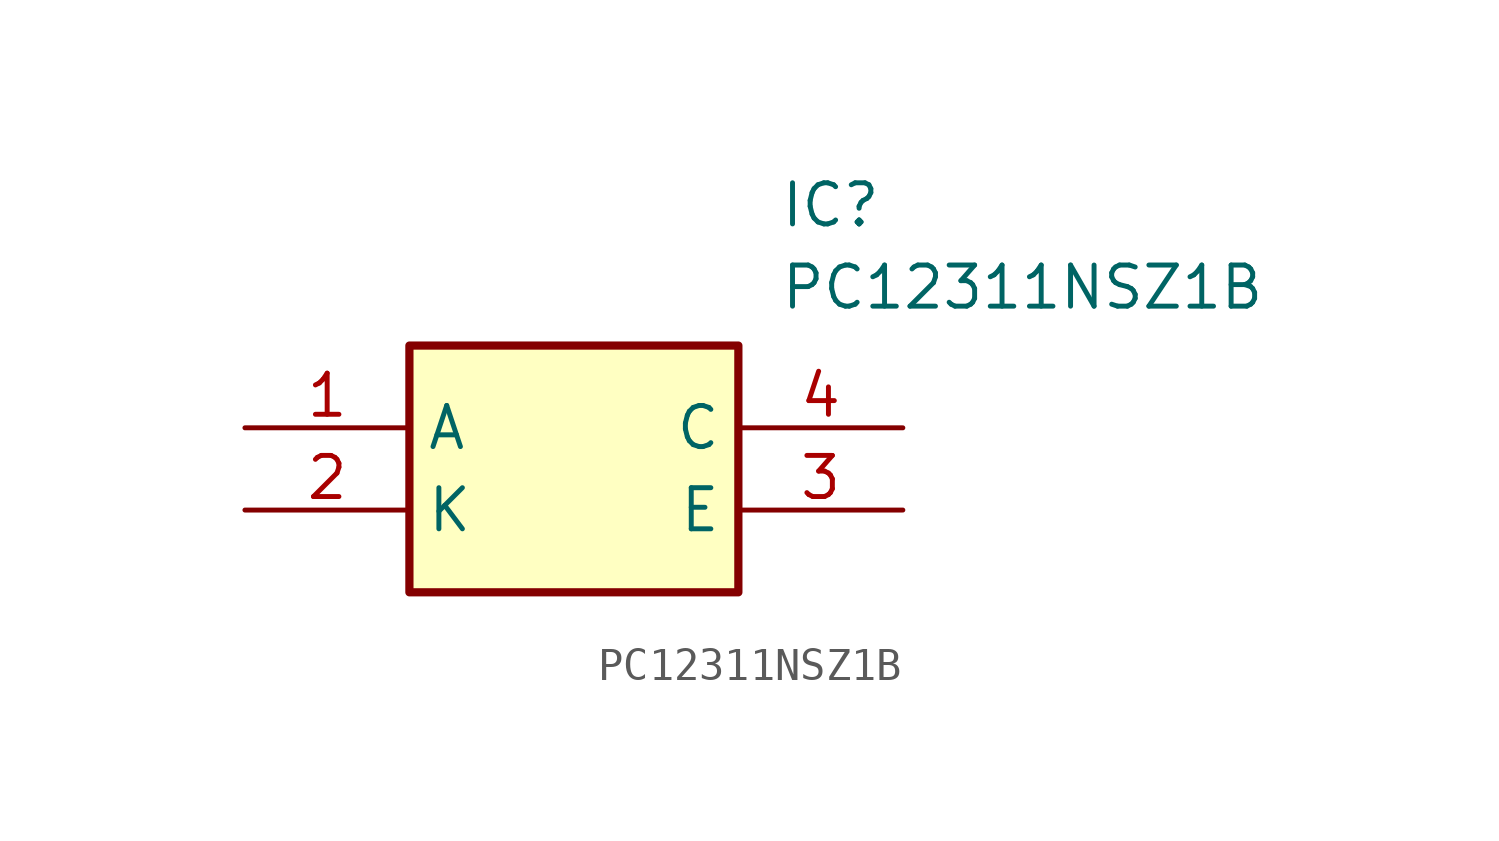
<source format=kicad_sym>
(kicad_symbol_lib
  (version 20211014)
  (generator SamacSys_ECAD_Model)
  (symbol "PC12311NSZ1B"
    (property "Reference" "IC"
      (at 16.51 7.62 0)
      (effects (font (size 1.27 1.27)) (justify left top)))
    (property "Value" "PC12311NSZ1B"
      (at 16.51 5.08 0)
      (effects (font (size 1.27 1.27)) (justify left top)))
    (rectangle
      (start 5.08 2.54)
      (end 15.24 -5.08)
      (stroke (width 0.254) (type default))
      (fill (type background)))
    (pin passive line
      (at 0 0 0)
      (length 5.08)
      (name "A" (effects (font (size 1.27 1.27))))
      (number "1" (effects (font (size 1.27 1.27)))))
    (pin passive line
      (at 0 -2.54 0)
      (length 5.08)
      (name "K" (effects (font (size 1.27 1.27))))
      (number "2" (effects (font (size 1.27 1.27)))))
    (pin passive line
      (at 20.32 0 180)
      (length 5.08)
      (name "C" (effects (font (size 1.27 1.27))))
      (number "4" (effects (font (size 1.27 1.27)))))
    (pin passive line
      (at 20.32 -2.54 180)
      (length 5.08)
      (name "E" (effects (font (size 1.27 1.27))))
      (number "3" (effects (font (size 1.27 1.27)))))))
</source>
